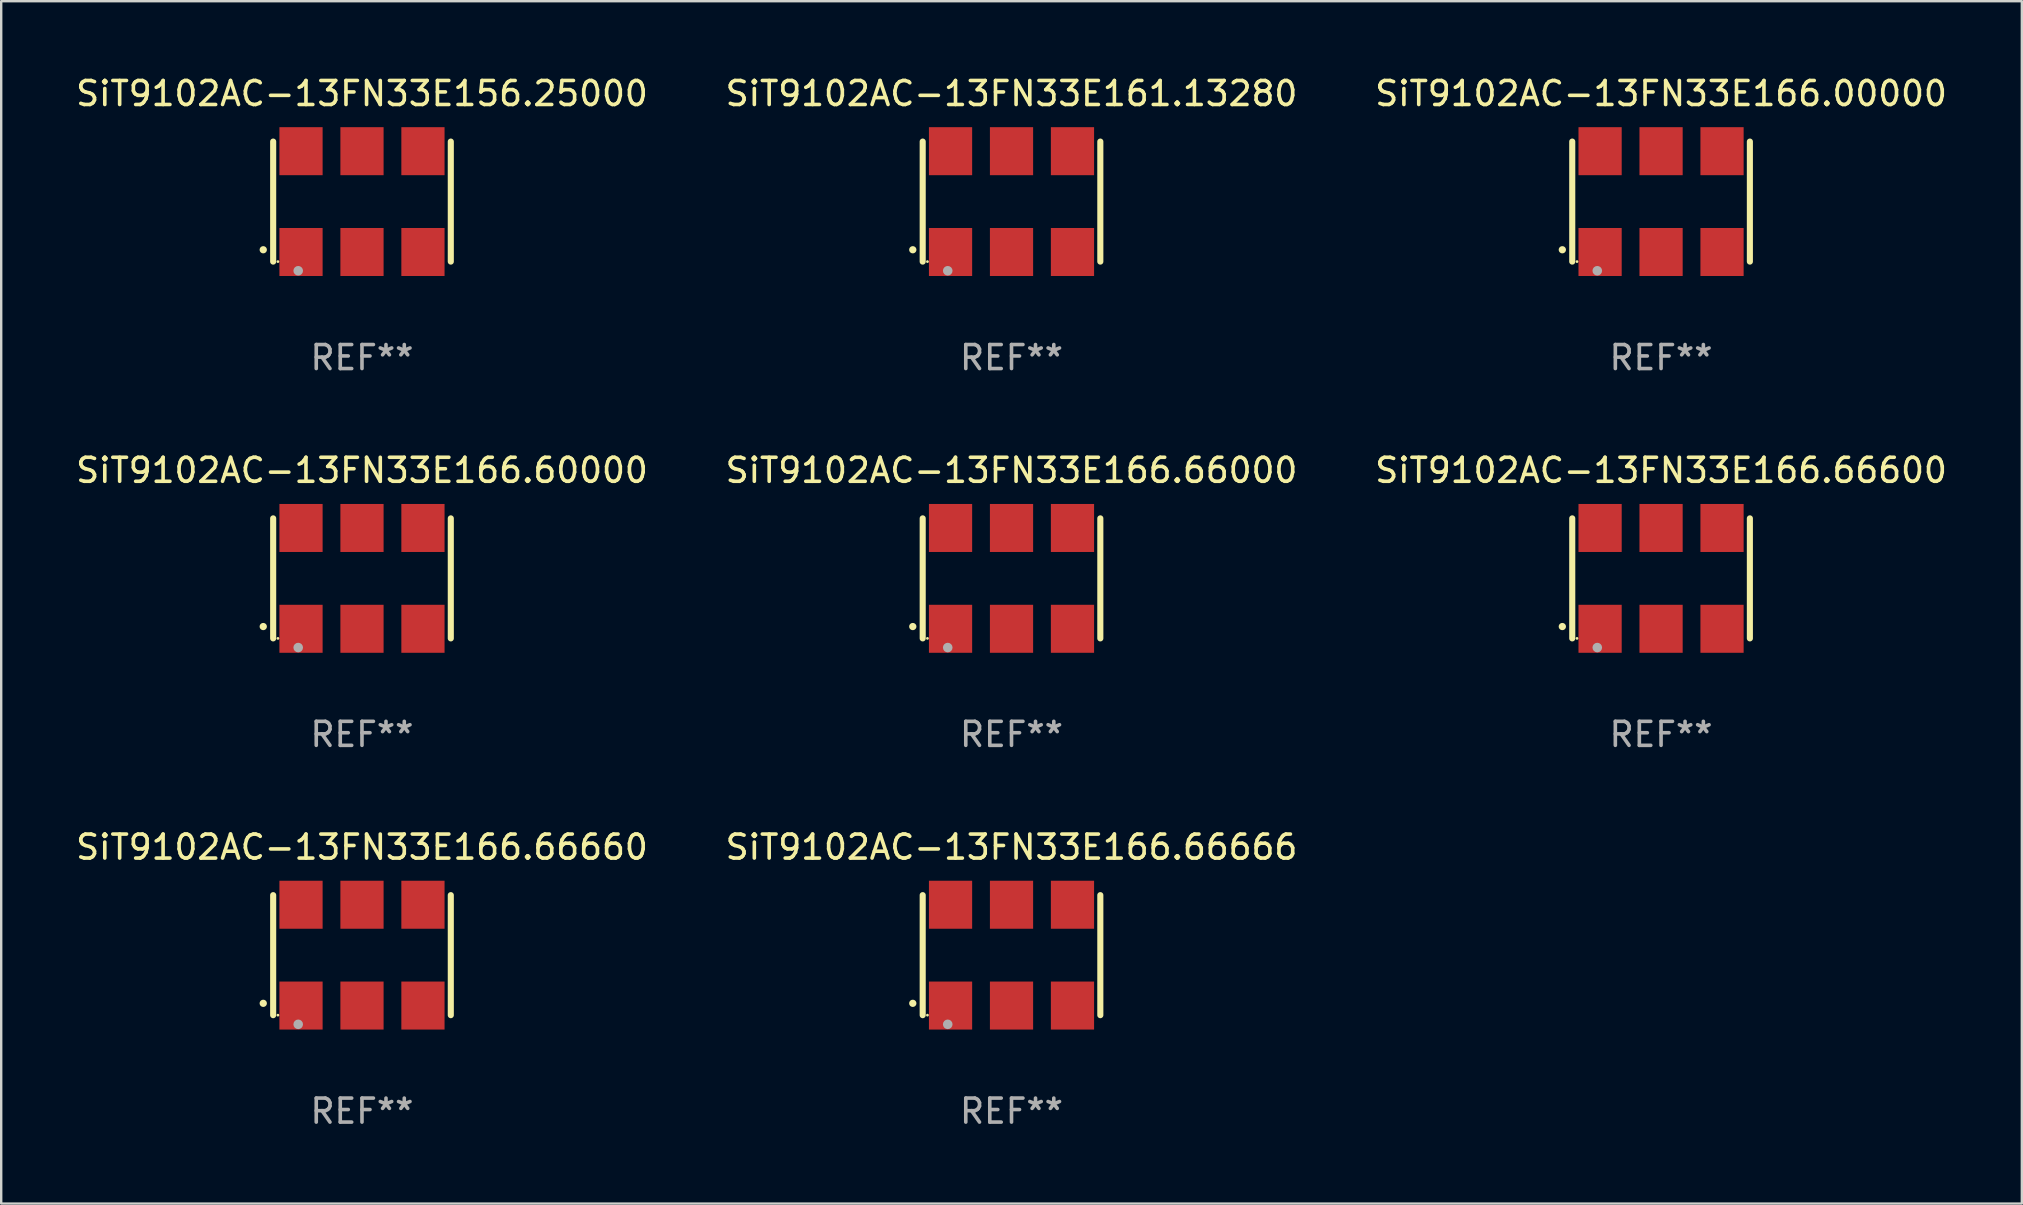
<source format=kicad_pcb>
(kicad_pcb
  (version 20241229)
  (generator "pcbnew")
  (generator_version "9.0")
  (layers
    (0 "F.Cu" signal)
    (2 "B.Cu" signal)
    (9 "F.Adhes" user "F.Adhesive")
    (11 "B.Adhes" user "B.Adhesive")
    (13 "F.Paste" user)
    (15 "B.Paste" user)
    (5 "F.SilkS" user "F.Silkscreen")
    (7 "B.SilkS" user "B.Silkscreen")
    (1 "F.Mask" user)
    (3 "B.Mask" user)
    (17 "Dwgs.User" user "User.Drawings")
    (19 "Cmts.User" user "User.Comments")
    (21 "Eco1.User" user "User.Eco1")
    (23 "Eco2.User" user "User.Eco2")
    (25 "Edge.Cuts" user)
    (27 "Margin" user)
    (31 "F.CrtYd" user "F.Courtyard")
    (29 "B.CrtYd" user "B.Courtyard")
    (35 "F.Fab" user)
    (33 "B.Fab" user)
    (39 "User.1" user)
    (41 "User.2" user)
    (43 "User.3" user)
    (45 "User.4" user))
  (footprint "SiT9102AC-13FN33E166.66600"
    (layer "F.Cu")
    (at 66.149 21.045)
    (property "Reference" "SiT9102AC-13FN33E166.66600" (at 0 -4.5 0) (layer "F.SilkS") (effects (font (size 1 1) (thickness 0.15))))
    (attr through_hole)
    (fp_line (start -3.7 -2.5) (end -3.7 2.5) (stroke (width 0.254) (type solid)) (layer "F.SilkS"))
    (fp_line (start 3.7 -2.5) (end 3.7 2.5) (stroke (width 0.254) (type solid)) (layer "F.SilkS"))
    (fp_arc (start -4.114415 2.006604) (mid -4.113145 2.006599) (end -4.111875 2.006604) (stroke (width 0.3) (type solid)) (layer "F.SilkS"))
    (fp_circle (center -3.502 2.5) (end -3.472 2.5) (stroke (width 0.06) (type solid)) (fill no) (layer "F.SilkS"))
    (fp_circle (center -2.657 2.882) (end -2.557 2.882) (stroke (width 0.2) (type solid)) (fill no) (layer "F.Fab"))
    (fp_text user "REF**" (at 0 6.5 0) (layer "F.Fab") (effects (font (size 1 1) (thickness 0.15))))
    (pad "1" smd rect (at -2.54 2.1) (size 1.8 2) (layers "F.Cu" "F.Mask" "F.Paste"))
    (pad "2" smd rect (at 0.000394 2.1) (size 1.8 2) (layers "F.Cu" "F.Mask" "F.Paste"))
    (pad "3" smd rect (at 2.54 2.1) (size 1.8 2) (layers "F.Cu" "F.Mask" "F.Paste"))
    (pad "4" smd rect (at 2.54 -2.1) (size 1.8 2) (layers "F.Cu" "F.Mask" "F.Paste"))
    (pad "5" smd rect (at 0.000394 -2.1) (size 1.8 2) (layers "F.Cu" "F.Mask" "F.Paste"))
    (pad "6" smd rect (at -2.54 -2.1) (size 1.8 2) (layers "F.Cu" "F.Mask" "F.Paste")))
  (footprint "SiT9102AC-13FN33E166.66000"
    (layer "F.Cu")
    (at 39.089 21.045)
    (property "Reference" "SiT9102AC-13FN33E166.66000" (at 0 -4.5 0) (layer "F.SilkS") (effects (font (size 1 1) (thickness 0.15))))
    (attr through_hole)
    (fp_line (start -3.7 -2.5) (end -3.7 2.5) (stroke (width 0.254) (type solid)) (layer "F.SilkS"))
    (fp_line (start 3.7 -2.5) (end 3.7 2.5) (stroke (width 0.254) (type solid)) (layer "F.SilkS"))
    (fp_arc (start -4.114415 2.006604) (mid -4.113145 2.006599) (end -4.111875 2.006604) (stroke (width 0.3) (type solid)) (layer "F.SilkS"))
    (fp_circle (center -3.502 2.5) (end -3.472 2.5) (stroke (width 0.06) (type solid)) (fill no) (layer "F.SilkS"))
    (fp_circle (center -2.657 2.882) (end -2.557 2.882) (stroke (width 0.2) (type solid)) (fill no) (layer "F.Fab"))
    (fp_text user "REF**" (at 0 6.5 0) (layer "F.Fab") (effects (font (size 1 1) (thickness 0.15))))
    (pad "1" smd rect (at -2.54 2.1) (size 1.8 2) (layers "F.Cu" "F.Mask" "F.Paste"))
    (pad "2" smd rect (at 0.000394 2.1) (size 1.8 2) (layers "F.Cu" "F.Mask" "F.Paste"))
    (pad "3" smd rect (at 2.54 2.1) (size 1.8 2) (layers "F.Cu" "F.Mask" "F.Paste"))
    (pad "4" smd rect (at 2.54 -2.1) (size 1.8 2) (layers "F.Cu" "F.Mask" "F.Paste"))
    (pad "5" smd rect (at 0.000394 -2.1) (size 1.8 2) (layers "F.Cu" "F.Mask" "F.Paste"))
    (pad "6" smd rect (at -2.54 -2.1) (size 1.8 2) (layers "F.Cu" "F.Mask" "F.Paste")))
  (footprint "SiT9102AC-13FN33E166.60000"
    (layer "F.Cu")
    (at 12.03 21.045)
    (property "Reference" "SiT9102AC-13FN33E166.60000" (at 0 -4.5 0) (layer "F.SilkS") (effects (font (size 1 1) (thickness 0.15))))
    (attr through_hole)
    (fp_line (start -3.7 -2.5) (end -3.7 2.5) (stroke (width 0.254) (type solid)) (layer "F.SilkS"))
    (fp_line (start 3.7 -2.5) (end 3.7 2.5) (stroke (width 0.254) (type solid)) (layer "F.SilkS"))
    (fp_arc (start -4.114415 2.006604) (mid -4.113145 2.006599) (end -4.111875 2.006604) (stroke (width 0.3) (type solid)) (layer "F.SilkS"))
    (fp_circle (center -3.502 2.5) (end -3.472 2.5) (stroke (width 0.06) (type solid)) (fill no) (layer "F.SilkS"))
    (fp_circle (center -2.657 2.882) (end -2.557 2.882) (stroke (width 0.2) (type solid)) (fill no) (layer "F.Fab"))
    (fp_text user "REF**" (at 0 6.5 0) (layer "F.Fab") (effects (font (size 1 1) (thickness 0.15))))
    (pad "1" smd rect (at -2.54 2.1) (size 1.8 2) (layers "F.Cu" "F.Mask" "F.Paste"))
    (pad "2" smd rect (at 0.000394 2.1) (size 1.8 2) (layers "F.Cu" "F.Mask" "F.Paste"))
    (pad "3" smd rect (at 2.54 2.1) (size 1.8 2) (layers "F.Cu" "F.Mask" "F.Paste"))
    (pad "4" smd rect (at 2.54 -2.1) (size 1.8 2) (layers "F.Cu" "F.Mask" "F.Paste"))
    (pad "5" smd rect (at 0.000394 -2.1) (size 1.8 2) (layers "F.Cu" "F.Mask" "F.Paste"))
    (pad "6" smd rect (at -2.54 -2.1) (size 1.8 2) (layers "F.Cu" "F.Mask" "F.Paste")))
  (footprint "SiT9102AC-13FN33E166.66660"
    (layer "F.Cu")
    (at 12.03 36.741)
    (property "Reference" "SiT9102AC-13FN33E166.66660" (at 0 -4.5 0) (layer "F.SilkS") (effects (font (size 1 1) (thickness 0.15))))
    (attr through_hole)
    (fp_line (start -3.7 -2.5) (end -3.7 2.5) (stroke (width 0.254) (type solid)) (layer "F.SilkS"))
    (fp_line (start 3.7 -2.5) (end 3.7 2.5) (stroke (width 0.254) (type solid)) (layer "F.SilkS"))
    (fp_arc (start -4.114415 2.006604) (mid -4.113145 2.006599) (end -4.111875 2.006604) (stroke (width 0.3) (type solid)) (layer "F.SilkS"))
    (fp_circle (center -3.502 2.5) (end -3.472 2.5) (stroke (width 0.06) (type solid)) (fill no) (layer "F.SilkS"))
    (fp_circle (center -2.657 2.882) (end -2.557 2.882) (stroke (width 0.2) (type solid)) (fill no) (layer "F.Fab"))
    (fp_text user "REF**" (at 0 6.5 0) (layer "F.Fab") (effects (font (size 1 1) (thickness 0.15))))
    (pad "1" smd rect (at -2.54 2.1) (size 1.8 2) (layers "F.Cu" "F.Mask" "F.Paste"))
    (pad "2" smd rect (at 0.000394 2.1) (size 1.8 2) (layers "F.Cu" "F.Mask" "F.Paste"))
    (pad "3" smd rect (at 2.54 2.1) (size 1.8 2) (layers "F.Cu" "F.Mask" "F.Paste"))
    (pad "4" smd rect (at 2.54 -2.1) (size 1.8 2) (layers "F.Cu" "F.Mask" "F.Paste"))
    (pad "5" smd rect (at 0.000394 -2.1) (size 1.8 2) (layers "F.Cu" "F.Mask" "F.Paste"))
    (pad "6" smd rect (at -2.54 -2.1) (size 1.8 2) (layers "F.Cu" "F.Mask" "F.Paste")))
  (footprint "SiT9102AC-13FN33E161.13280"
    (layer "F.Cu")
    (at 39.089 5.348)
    (property "Reference" "SiT9102AC-13FN33E161.13280" (at 0 -4.5 0) (layer "F.SilkS") (effects (font (size 1 1) (thickness 0.15))))
    (attr through_hole)
    (fp_line (start -3.7 -2.5) (end -3.7 2.5) (stroke (width 0.254) (type solid)) (layer "F.SilkS"))
    (fp_line (start 3.7 -2.5) (end 3.7 2.5) (stroke (width 0.254) (type solid)) (layer "F.SilkS"))
    (fp_arc (start -4.114415 2.006604) (mid -4.113145 2.006599) (end -4.111875 2.006604) (stroke (width 0.3) (type solid)) (layer "F.SilkS"))
    (fp_circle (center -3.502 2.5) (end -3.472 2.5) (stroke (width 0.06) (type solid)) (fill no) (layer "F.SilkS"))
    (fp_circle (center -2.657 2.882) (end -2.557 2.882) (stroke (width 0.2) (type solid)) (fill no) (layer "F.Fab"))
    (fp_text user "REF**" (at 0 6.5 0) (layer "F.Fab") (effects (font (size 1 1) (thickness 0.15))))
    (pad "1" smd rect (at -2.54 2.1) (size 1.8 2) (layers "F.Cu" "F.Mask" "F.Paste"))
    (pad "2" smd rect (at 0.000394 2.1) (size 1.8 2) (layers "F.Cu" "F.Mask" "F.Paste"))
    (pad "3" smd rect (at 2.54 2.1) (size 1.8 2) (layers "F.Cu" "F.Mask" "F.Paste"))
    (pad "4" smd rect (at 2.54 -2.1) (size 1.8 2) (layers "F.Cu" "F.Mask" "F.Paste"))
    (pad "5" smd rect (at 0.000394 -2.1) (size 1.8 2) (layers "F.Cu" "F.Mask" "F.Paste"))
    (pad "6" smd rect (at -2.54 -2.1) (size 1.8 2) (layers "F.Cu" "F.Mask" "F.Paste")))
  (footprint "SiT9102AC-13FN33E166.66666"
    (layer "F.Cu")
    (at 39.089 36.741)
    (property "Reference" "SiT9102AC-13FN33E166.66666" (at 0 -4.5 0) (layer "F.SilkS") (effects (font (size 1 1) (thickness 0.15))))
    (attr through_hole)
    (fp_line (start -3.7 -2.5) (end -3.7 2.5) (stroke (width 0.254) (type solid)) (layer "F.SilkS"))
    (fp_line (start 3.7 -2.5) (end 3.7 2.5) (stroke (width 0.254) (type solid)) (layer "F.SilkS"))
    (fp_arc (start -4.114415 2.006604) (mid -4.113145 2.006599) (end -4.111875 2.006604) (stroke (width 0.3) (type solid)) (layer "F.SilkS"))
    (fp_circle (center -3.502 2.5) (end -3.472 2.5) (stroke (width 0.06) (type solid)) (fill no) (layer "F.SilkS"))
    (fp_circle (center -2.657 2.882) (end -2.557 2.882) (stroke (width 0.2) (type solid)) (fill no) (layer "F.Fab"))
    (fp_text user "REF**" (at 0 6.5 0) (layer "F.Fab") (effects (font (size 1 1) (thickness 0.15))))
    (pad "1" smd rect (at -2.54 2.1) (size 1.8 2) (layers "F.Cu" "F.Mask" "F.Paste"))
    (pad "2" smd rect (at 0.000394 2.1) (size 1.8 2) (layers "F.Cu" "F.Mask" "F.Paste"))
    (pad "3" smd rect (at 2.54 2.1) (size 1.8 2) (layers "F.Cu" "F.Mask" "F.Paste"))
    (pad "4" smd rect (at 2.54 -2.1) (size 1.8 2) (layers "F.Cu" "F.Mask" "F.Paste"))
    (pad "5" smd rect (at 0.000394 -2.1) (size 1.8 2) (layers "F.Cu" "F.Mask" "F.Paste"))
    (pad "6" smd rect (at -2.54 -2.1) (size 1.8 2) (layers "F.Cu" "F.Mask" "F.Paste")))
  (footprint "SiT9102AC-13FN33E166.00000"
    (layer "F.Cu")
    (at 66.149 5.348)
    (property "Reference" "SiT9102AC-13FN33E166.00000" (at 0 -4.5 0) (layer "F.SilkS") (effects (font (size 1 1) (thickness 0.15))))
    (attr through_hole)
    (fp_line (start -3.7 -2.5) (end -3.7 2.5) (stroke (width 0.254) (type solid)) (layer "F.SilkS"))
    (fp_line (start 3.7 -2.5) (end 3.7 2.5) (stroke (width 0.254) (type solid)) (layer "F.SilkS"))
    (fp_arc (start -4.114415 2.006604) (mid -4.113145 2.006599) (end -4.111875 2.006604) (stroke (width 0.3) (type solid)) (layer "F.SilkS"))
    (fp_circle (center -3.502 2.5) (end -3.472 2.5) (stroke (width 0.06) (type solid)) (fill no) (layer "F.SilkS"))
    (fp_circle (center -2.657 2.882) (end -2.557 2.882) (stroke (width 0.2) (type solid)) (fill no) (layer "F.Fab"))
    (fp_text user "REF**" (at 0 6.5 0) (layer "F.Fab") (effects (font (size 1 1) (thickness 0.15))))
    (pad "1" smd rect (at -2.54 2.1) (size 1.8 2) (layers "F.Cu" "F.Mask" "F.Paste"))
    (pad "2" smd rect (at 0.000394 2.1) (size 1.8 2) (layers "F.Cu" "F.Mask" "F.Paste"))
    (pad "3" smd rect (at 2.54 2.1) (size 1.8 2) (layers "F.Cu" "F.Mask" "F.Paste"))
    (pad "4" smd rect (at 2.54 -2.1) (size 1.8 2) (layers "F.Cu" "F.Mask" "F.Paste"))
    (pad "5" smd rect (at 0.000394 -2.1) (size 1.8 2) (layers "F.Cu" "F.Mask" "F.Paste"))
    (pad "6" smd rect (at -2.54 -2.1) (size 1.8 2) (layers "F.Cu" "F.Mask" "F.Paste")))
  (footprint "SiT9102AC-13FN33E156.25000"
    (layer "F.Cu")
    (at 12.03 5.348)
    (property "Reference" "SiT9102AC-13FN33E156.25000" (at 0 -4.5 0) (layer "F.SilkS") (effects (font (size 1 1) (thickness 0.15))))
    (attr through_hole)
    (fp_line (start -3.7 -2.5) (end -3.7 2.5) (stroke (width 0.254) (type solid)) (layer "F.SilkS"))
    (fp_line (start 3.7 -2.5) (end 3.7 2.5) (stroke (width 0.254) (type solid)) (layer "F.SilkS"))
    (fp_arc (start -4.114415 2.006604) (mid -4.113145 2.006599) (end -4.111875 2.006604) (stroke (width 0.3) (type solid)) (layer "F.SilkS"))
    (fp_circle (center -3.502 2.5) (end -3.472 2.5) (stroke (width 0.06) (type solid)) (fill no) (layer "F.SilkS"))
    (fp_circle (center -2.657 2.882) (end -2.557 2.882) (stroke (width 0.2) (type solid)) (fill no) (layer "F.Fab"))
    (fp_text user "REF**" (at 0 6.5 0) (layer "F.Fab") (effects (font (size 1 1) (thickness 0.15))))
    (pad "1" smd rect (at -2.54 2.1) (size 1.8 2) (layers "F.Cu" "F.Mask" "F.Paste"))
    (pad "2" smd rect (at 0.000394 2.1) (size 1.8 2) (layers "F.Cu" "F.Mask" "F.Paste"))
    (pad "3" smd rect (at 2.54 2.1) (size 1.8 2) (layers "F.Cu" "F.Mask" "F.Paste"))
    (pad "4" smd rect (at 2.54 -2.1) (size 1.8 2) (layers "F.Cu" "F.Mask" "F.Paste"))
    (pad "5" smd rect (at 0.000394 -2.1) (size 1.8 2) (layers "F.Cu" "F.Mask" "F.Paste"))
    (pad "6" smd rect (at -2.54 -2.1) (size 1.8 2) (layers "F.Cu" "F.Mask" "F.Paste")))
  (gr_rect
    (start -3 -3)
    (end 81.179 47.09)
    (stroke (width 0.1) (type default))
    (fill no)
    (layer "Edge.Cuts")))
</source>
